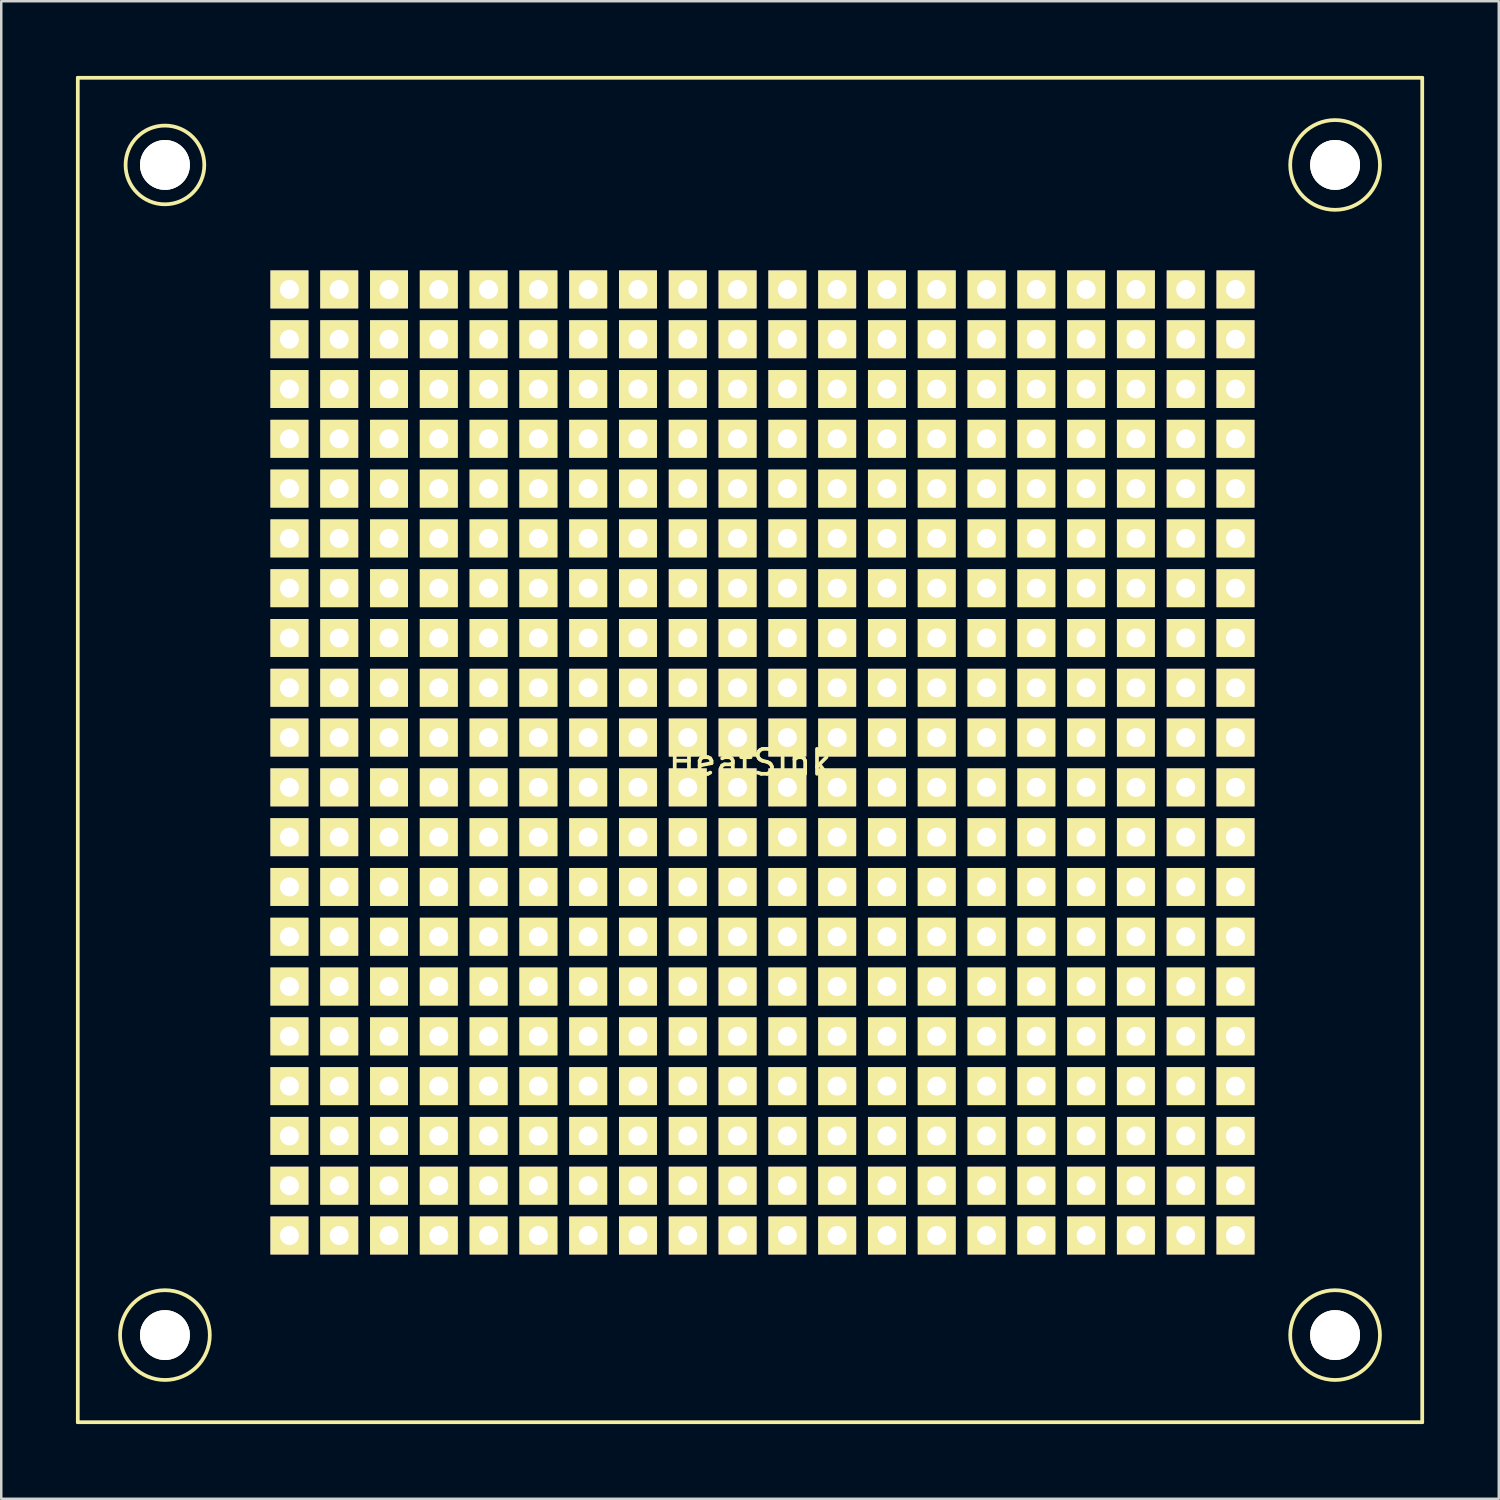
<source format=kicad_pcb>
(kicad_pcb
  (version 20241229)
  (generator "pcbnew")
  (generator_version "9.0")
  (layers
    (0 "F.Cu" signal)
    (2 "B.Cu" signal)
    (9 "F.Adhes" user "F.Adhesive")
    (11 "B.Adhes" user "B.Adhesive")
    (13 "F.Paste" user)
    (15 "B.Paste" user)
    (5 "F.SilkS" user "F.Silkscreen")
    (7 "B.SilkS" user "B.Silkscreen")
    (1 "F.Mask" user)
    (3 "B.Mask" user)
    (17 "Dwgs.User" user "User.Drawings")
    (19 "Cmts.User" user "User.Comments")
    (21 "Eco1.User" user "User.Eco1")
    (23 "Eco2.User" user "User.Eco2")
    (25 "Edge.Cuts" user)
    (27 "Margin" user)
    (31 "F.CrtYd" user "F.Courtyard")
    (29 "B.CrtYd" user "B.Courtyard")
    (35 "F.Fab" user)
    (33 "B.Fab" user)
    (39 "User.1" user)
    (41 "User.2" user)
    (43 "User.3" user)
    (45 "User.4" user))
  (footprint "HeatSink"
    (layer "F.Cu")
    (at 27.075 27.075)
    (property "Reference" "HeatSink" (at 0 0.5 0) (layer "F.SilkS") (effects (font (size 1 1) (thickness 0.15))))
    (attr through_hole)
    (fp_line (start -27 -27) (end 27 -27) (stroke (width 0.15) (type solid)) (layer "F.SilkS"))
    (fp_line (start -27 27) (end -27 -27) (stroke (width 0.15) (type solid)) (layer "F.SilkS"))
    (fp_line (start 27 -27) (end 27 27) (stroke (width 0.15) (type solid)) (layer "F.SilkS"))
    (fp_line (start 27 27) (end -27 27) (stroke (width 0.15) (type solid)) (layer "F.SilkS"))
    (fp_circle (center -23.5 -23.5) (end -22 -23) (stroke (width 0.15) (type solid)) (fill no) (layer "F.SilkS"))
    (fp_circle (center -23.5 23.5) (end -22 24.5) (stroke (width 0.15) (type solid)) (fill no) (layer "F.SilkS"))
    (fp_circle (center 23.5 -23.5) (end 24.5 -22) (stroke (width 0.15) (type solid)) (fill no) (layer "F.SilkS"))
    (fp_circle (center 23.5 23.5) (end 25 24.5) (stroke (width 0.15) (type solid)) (fill no) (layer "F.SilkS"))
    (pad "1" thru_hole rect (at -18.5 -18.5) (size 1.524 1.524) (drill 0.762) (layers "*.Cu" "*.Mask" "F.SilkS"))
    (pad "1" thru_hole rect (at -18.5 -16.5) (size 1.524 1.524) (drill 0.762) (layers "*.Cu" "*.Mask" "F.SilkS"))
    (pad "1" thru_hole rect (at -18.5 -14.5) (size 1.524 1.524) (drill 0.762) (layers "*.Cu" "*.Mask" "F.SilkS"))
    (pad "1" thru_hole rect (at -18.5 -12.5) (size 1.524 1.524) (drill 0.762) (layers "*.Cu" "*.Mask" "F.SilkS"))
    (pad "1" thru_hole rect (at -18.5 -10.5) (size 1.524 1.524) (drill 0.762) (layers "*.Cu" "*.Mask" "F.SilkS"))
    (pad "1" thru_hole rect (at -18.5 -8.5) (size 1.524 1.524) (drill 0.762) (layers "*.Cu" "*.Mask" "F.SilkS"))
    (pad "1" thru_hole rect (at -18.5 -6.5) (size 1.524 1.524) (drill 0.762) (layers "*.Cu" "*.Mask" "F.SilkS"))
    (pad "1" thru_hole rect (at -18.5 -4.5) (size 1.524 1.524) (drill 0.762) (layers "*.Cu" "*.Mask" "F.SilkS"))
    (pad "1" thru_hole rect (at -18.5 -2.5) (size 1.524 1.524) (drill 0.762) (layers "*.Cu" "*.Mask" "F.SilkS"))
    (pad "1" thru_hole rect (at -18.5 -0.5) (size 1.524 1.524) (drill 0.762) (layers "*.Cu" "*.Mask" "F.SilkS"))
    (pad "1" thru_hole rect (at -18.5 1.5) (size 1.524 1.524) (drill 0.762) (layers "*.Cu" "*.Mask" "F.SilkS"))
    (pad "1" thru_hole rect (at -18.5 3.5) (size 1.524 1.524) (drill 0.762) (layers "*.Cu" "*.Mask" "F.SilkS"))
    (pad "1" thru_hole rect (at -18.5 5.5) (size 1.524 1.524) (drill 0.762) (layers "*.Cu" "*.Mask" "F.SilkS"))
    (pad "1" thru_hole rect (at -18.5 7.5) (size 1.524 1.524) (drill 0.762) (layers "*.Cu" "*.Mask" "F.SilkS"))
    (pad "1" thru_hole rect (at -18.5 9.5) (size 1.524 1.524) (drill 0.762) (layers "*.Cu" "*.Mask" "F.SilkS"))
    (pad "1" thru_hole rect (at -18.5 11.5) (size 1.524 1.524) (drill 0.762) (layers "*.Cu" "*.Mask" "F.SilkS"))
    (pad "1" thru_hole rect (at -18.5 13.5) (size 1.524 1.524) (drill 0.762) (layers "*.Cu" "*.Mask" "F.SilkS"))
    (pad "1" thru_hole rect (at -18.5 15.5) (size 1.524 1.524) (drill 0.762) (layers "*.Cu" "*.Mask" "F.SilkS"))
    (pad "1" thru_hole rect (at -18.5 17.5) (size 1.524 1.524) (drill 0.762) (layers "*.Cu" "*.Mask" "F.SilkS"))
    (pad "1" thru_hole rect (at -18.5 19.5) (size 1.524 1.524) (drill 0.762) (layers "*.Cu" "*.Mask" "F.SilkS"))
    (pad "1" thru_hole rect (at -16.5 -18.5) (size 1.524 1.524) (drill 0.762) (layers "*.Cu" "*.Mask" "F.SilkS"))
    (pad "1" thru_hole rect (at -16.5 -16.5) (size 1.524 1.524) (drill 0.762) (layers "*.Cu" "*.Mask" "F.SilkS"))
    (pad "1" thru_hole rect (at -16.5 -14.5) (size 1.524 1.524) (drill 0.762) (layers "*.Cu" "*.Mask" "F.SilkS"))
    (pad "1" thru_hole rect (at -16.5 -12.5) (size 1.524 1.524) (drill 0.762) (layers "*.Cu" "*.Mask" "F.SilkS"))
    (pad "1" thru_hole rect (at -16.5 -10.5) (size 1.524 1.524) (drill 0.762) (layers "*.Cu" "*.Mask" "F.SilkS"))
    (pad "1" thru_hole rect (at -16.5 -8.5) (size 1.524 1.524) (drill 0.762) (layers "*.Cu" "*.Mask" "F.SilkS"))
    (pad "1" thru_hole rect (at -16.5 -6.5) (size 1.524 1.524) (drill 0.762) (layers "*.Cu" "*.Mask" "F.SilkS"))
    (pad "1" thru_hole rect (at -16.5 -4.5) (size 1.524 1.524) (drill 0.762) (layers "*.Cu" "*.Mask" "F.SilkS"))
    (pad "1" thru_hole rect (at -16.5 -2.5) (size 1.524 1.524) (drill 0.762) (layers "*.Cu" "*.Mask" "F.SilkS"))
    (pad "1" thru_hole rect (at -16.5 -0.5) (size 1.524 1.524) (drill 0.762) (layers "*.Cu" "*.Mask" "F.SilkS"))
    (pad "1" thru_hole rect (at -16.5 1.5) (size 1.524 1.524) (drill 0.762) (layers "*.Cu" "*.Mask" "F.SilkS"))
    (pad "1" thru_hole rect (at -16.5 3.5) (size 1.524 1.524) (drill 0.762) (layers "*.Cu" "*.Mask" "F.SilkS"))
    (pad "1" thru_hole rect (at -16.5 5.5) (size 1.524 1.524) (drill 0.762) (layers "*.Cu" "*.Mask" "F.SilkS"))
    (pad "1" thru_hole rect (at -16.5 7.5) (size 1.524 1.524) (drill 0.762) (layers "*.Cu" "*.Mask" "F.SilkS"))
    (pad "1" thru_hole rect (at -16.5 9.5) (size 1.524 1.524) (drill 0.762) (layers "*.Cu" "*.Mask" "F.SilkS"))
    (pad "1" thru_hole rect (at -16.5 11.5) (size 1.524 1.524) (drill 0.762) (layers "*.Cu" "*.Mask" "F.SilkS"))
    (pad "1" thru_hole rect (at -16.5 13.5) (size 1.524 1.524) (drill 0.762) (layers "*.Cu" "*.Mask" "F.SilkS"))
    (pad "1" thru_hole rect (at -16.5 15.5) (size 1.524 1.524) (drill 0.762) (layers "*.Cu" "*.Mask" "F.SilkS"))
    (pad "1" thru_hole rect (at -16.5 17.5) (size 1.524 1.524) (drill 0.762) (layers "*.Cu" "*.Mask" "F.SilkS"))
    (pad "1" thru_hole rect (at -16.5 19.5) (size 1.524 1.524) (drill 0.762) (layers "*.Cu" "*.Mask" "F.SilkS"))
    (pad "1" thru_hole rect (at -14.5 -18.5) (size 1.524 1.524) (drill 0.762) (layers "*.Cu" "*.Mask" "F.SilkS"))
    (pad "1" thru_hole rect (at -14.5 -16.5) (size 1.524 1.524) (drill 0.762) (layers "*.Cu" "*.Mask" "F.SilkS"))
    (pad "1" thru_hole rect (at -14.5 -14.5) (size 1.524 1.524) (drill 0.762) (layers "*.Cu" "*.Mask" "F.SilkS"))
    (pad "1" thru_hole rect (at -14.5 -12.5) (size 1.524 1.524) (drill 0.762) (layers "*.Cu" "*.Mask" "F.SilkS"))
    (pad "1" thru_hole rect (at -14.5 -10.5) (size 1.524 1.524) (drill 0.762) (layers "*.Cu" "*.Mask" "F.SilkS"))
    (pad "1" thru_hole rect (at -14.5 -8.5) (size 1.524 1.524) (drill 0.762) (layers "*.Cu" "*.Mask" "F.SilkS"))
    (pad "1" thru_hole rect (at -14.5 -6.5) (size 1.524 1.524) (drill 0.762) (layers "*.Cu" "*.Mask" "F.SilkS"))
    (pad "1" thru_hole rect (at -14.5 -4.5) (size 1.524 1.524) (drill 0.762) (layers "*.Cu" "*.Mask" "F.SilkS"))
    (pad "1" thru_hole rect (at -14.5 -2.5) (size 1.524 1.524) (drill 0.762) (layers "*.Cu" "*.Mask" "F.SilkS"))
    (pad "1" thru_hole rect (at -14.5 -0.5) (size 1.524 1.524) (drill 0.762) (layers "*.Cu" "*.Mask" "F.SilkS"))
    (pad "1" thru_hole rect (at -14.5 1.5) (size 1.524 1.524) (drill 0.762) (layers "*.Cu" "*.Mask" "F.SilkS"))
    (pad "1" thru_hole rect (at -14.5 3.5) (size 1.524 1.524) (drill 0.762) (layers "*.Cu" "*.Mask" "F.SilkS"))
    (pad "1" thru_hole rect (at -14.5 5.5) (size 1.524 1.524) (drill 0.762) (layers "*.Cu" "*.Mask" "F.SilkS"))
    (pad "1" thru_hole rect (at -14.5 7.5) (size 1.524 1.524) (drill 0.762) (layers "*.Cu" "*.Mask" "F.SilkS"))
    (pad "1" thru_hole rect (at -14.5 9.5) (size 1.524 1.524) (drill 0.762) (layers "*.Cu" "*.Mask" "F.SilkS"))
    (pad "1" thru_hole rect (at -14.5 11.5) (size 1.524 1.524) (drill 0.762) (layers "*.Cu" "*.Mask" "F.SilkS"))
    (pad "1" thru_hole rect (at -14.5 13.5) (size 1.524 1.524) (drill 0.762) (layers "*.Cu" "*.Mask" "F.SilkS"))
    (pad "1" thru_hole rect (at -14.5 15.5) (size 1.524 1.524) (drill 0.762) (layers "*.Cu" "*.Mask" "F.SilkS"))
    (pad "1" thru_hole rect (at -14.5 17.5) (size 1.524 1.524) (drill 0.762) (layers "*.Cu" "*.Mask" "F.SilkS"))
    (pad "1" thru_hole rect (at -14.5 19.5) (size 1.524 1.524) (drill 0.762) (layers "*.Cu" "*.Mask" "F.SilkS"))
    (pad "1" thru_hole rect (at -12.5 -18.5) (size 1.524 1.524) (drill 0.762) (layers "*.Cu" "*.Mask" "F.SilkS"))
    (pad "1" thru_hole rect (at -12.5 -16.5) (size 1.524 1.524) (drill 0.762) (layers "*.Cu" "*.Mask" "F.SilkS"))
    (pad "1" thru_hole rect (at -12.5 -14.5) (size 1.524 1.524) (drill 0.762) (layers "*.Cu" "*.Mask" "F.SilkS"))
    (pad "1" thru_hole rect (at -12.5 -12.5) (size 1.524 1.524) (drill 0.762) (layers "*.Cu" "*.Mask" "F.SilkS"))
    (pad "1" thru_hole rect (at -12.5 -10.5) (size 1.524 1.524) (drill 0.762) (layers "*.Cu" "*.Mask" "F.SilkS"))
    (pad "1" thru_hole rect (at -12.5 -8.5) (size 1.524 1.524) (drill 0.762) (layers "*.Cu" "*.Mask" "F.SilkS"))
    (pad "1" thru_hole rect (at -12.5 -6.5) (size 1.524 1.524) (drill 0.762) (layers "*.Cu" "*.Mask" "F.SilkS"))
    (pad "1" thru_hole rect (at -12.5 -4.5) (size 1.524 1.524) (drill 0.762) (layers "*.Cu" "*.Mask" "F.SilkS"))
    (pad "1" thru_hole rect (at -12.5 -2.5) (size 1.524 1.524) (drill 0.762) (layers "*.Cu" "*.Mask" "F.SilkS"))
    (pad "1" thru_hole rect (at -12.5 -0.5) (size 1.524 1.524) (drill 0.762) (layers "*.Cu" "*.Mask" "F.SilkS"))
    (pad "1" thru_hole rect (at -12.5 1.5) (size 1.524 1.524) (drill 0.762) (layers "*.Cu" "*.Mask" "F.SilkS"))
    (pad "1" thru_hole rect (at -12.5 3.5) (size 1.524 1.524) (drill 0.762) (layers "*.Cu" "*.Mask" "F.SilkS"))
    (pad "1" thru_hole rect (at -12.5 5.5) (size 1.524 1.524) (drill 0.762) (layers "*.Cu" "*.Mask" "F.SilkS"))
    (pad "1" thru_hole rect (at -12.5 7.5) (size 1.524 1.524) (drill 0.762) (layers "*.Cu" "*.Mask" "F.SilkS"))
    (pad "1" thru_hole rect (at -12.5 9.5) (size 1.524 1.524) (drill 0.762) (layers "*.Cu" "*.Mask" "F.SilkS"))
    (pad "1" thru_hole rect (at -12.5 11.5) (size 1.524 1.524) (drill 0.762) (layers "*.Cu" "*.Mask" "F.SilkS"))
    (pad "1" thru_hole rect (at -12.5 13.5) (size 1.524 1.524) (drill 0.762) (layers "*.Cu" "*.Mask" "F.SilkS"))
    (pad "1" thru_hole rect (at -12.5 15.5) (size 1.524 1.524) (drill 0.762) (layers "*.Cu" "*.Mask" "F.SilkS"))
    (pad "1" thru_hole rect (at -12.5 17.5) (size 1.524 1.524) (drill 0.762) (layers "*.Cu" "*.Mask" "F.SilkS"))
    (pad "1" thru_hole rect (at -12.5 19.5) (size 1.524 1.524) (drill 0.762) (layers "*.Cu" "*.Mask" "F.SilkS"))
    (pad "1" thru_hole rect (at -10.5 -18.5) (size 1.524 1.524) (drill 0.762) (layers "*.Cu" "*.Mask" "F.SilkS"))
    (pad "1" thru_hole rect (at -10.5 -16.5) (size 1.524 1.524) (drill 0.762) (layers "*.Cu" "*.Mask" "F.SilkS"))
    (pad "1" thru_hole rect (at -10.5 -14.5) (size 1.524 1.524) (drill 0.762) (layers "*.Cu" "*.Mask" "F.SilkS"))
    (pad "1" thru_hole rect (at -10.5 -12.5) (size 1.524 1.524) (drill 0.762) (layers "*.Cu" "*.Mask" "F.SilkS"))
    (pad "1" thru_hole rect (at -10.5 -10.5) (size 1.524 1.524) (drill 0.762) (layers "*.Cu" "*.Mask" "F.SilkS"))
    (pad "1" thru_hole rect (at -10.5 -8.5) (size 1.524 1.524) (drill 0.762) (layers "*.Cu" "*.Mask" "F.SilkS"))
    (pad "1" thru_hole rect (at -10.5 -6.5) (size 1.524 1.524) (drill 0.762) (layers "*.Cu" "*.Mask" "F.SilkS"))
    (pad "1" thru_hole rect (at -10.5 -4.5) (size 1.524 1.524) (drill 0.762) (layers "*.Cu" "*.Mask" "F.SilkS"))
    (pad "1" thru_hole rect (at -10.5 -2.5) (size 1.524 1.524) (drill 0.762) (layers "*.Cu" "*.Mask" "F.SilkS"))
    (pad "1" thru_hole rect (at -10.5 -0.5) (size 1.524 1.524) (drill 0.762) (layers "*.Cu" "*.Mask" "F.SilkS"))
    (pad "1" thru_hole rect (at -10.5 1.5) (size 1.524 1.524) (drill 0.762) (layers "*.Cu" "*.Mask" "F.SilkS"))
    (pad "1" thru_hole rect (at -10.5 3.5) (size 1.524 1.524) (drill 0.762) (layers "*.Cu" "*.Mask" "F.SilkS"))
    (pad "1" thru_hole rect (at -10.5 5.5) (size 1.524 1.524) (drill 0.762) (layers "*.Cu" "*.Mask" "F.SilkS"))
    (pad "1" thru_hole rect (at -10.5 7.5) (size 1.524 1.524) (drill 0.762) (layers "*.Cu" "*.Mask" "F.SilkS"))
    (pad "1" thru_hole rect (at -10.5 9.5) (size 1.524 1.524) (drill 0.762) (layers "*.Cu" "*.Mask" "F.SilkS"))
    (pad "1" thru_hole rect (at -10.5 11.5) (size 1.524 1.524) (drill 0.762) (layers "*.Cu" "*.Mask" "F.SilkS"))
    (pad "1" thru_hole rect (at -10.5 13.5) (size 1.524 1.524) (drill 0.762) (layers "*.Cu" "*.Mask" "F.SilkS"))
    (pad "1" thru_hole rect (at -10.5 15.5) (size 1.524 1.524) (drill 0.762) (layers "*.Cu" "*.Mask" "F.SilkS"))
    (pad "1" thru_hole rect (at -10.5 17.5) (size 1.524 1.524) (drill 0.762) (layers "*.Cu" "*.Mask" "F.SilkS"))
    (pad "1" thru_hole rect (at -10.5 19.5) (size 1.524 1.524) (drill 0.762) (layers "*.Cu" "*.Mask" "F.SilkS"))
    (pad "1" thru_hole rect (at -8.5 -18.5) (size 1.524 1.524) (drill 0.762) (layers "*.Cu" "*.Mask" "F.SilkS"))
    (pad "1" thru_hole rect (at -8.5 -16.5) (size 1.524 1.524) (drill 0.762) (layers "*.Cu" "*.Mask" "F.SilkS"))
    (pad "1" thru_hole rect (at -8.5 -14.5) (size 1.524 1.524) (drill 0.762) (layers "*.Cu" "*.Mask" "F.SilkS"))
    (pad "1" thru_hole rect (at -8.5 -12.5) (size 1.524 1.524) (drill 0.762) (layers "*.Cu" "*.Mask" "F.SilkS"))
    (pad "1" thru_hole rect (at -8.5 -10.5) (size 1.524 1.524) (drill 0.762) (layers "*.Cu" "*.Mask" "F.SilkS"))
    (pad "1" thru_hole rect (at -8.5 -8.5) (size 1.524 1.524) (drill 0.762) (layers "*.Cu" "*.Mask" "F.SilkS"))
    (pad "1" thru_hole rect (at -8.5 -6.5) (size 1.524 1.524) (drill 0.762) (layers "*.Cu" "*.Mask" "F.SilkS"))
    (pad "1" thru_hole rect (at -8.5 -4.5) (size 1.524 1.524) (drill 0.762) (layers "*.Cu" "*.Mask" "F.SilkS"))
    (pad "1" thru_hole rect (at -8.5 -2.5) (size 1.524 1.524) (drill 0.762) (layers "*.Cu" "*.Mask" "F.SilkS"))
    (pad "1" thru_hole rect (at -8.5 -0.5) (size 1.524 1.524) (drill 0.762) (layers "*.Cu" "*.Mask" "F.SilkS"))
    (pad "1" thru_hole rect (at -8.5 1.5) (size 1.524 1.524) (drill 0.762) (layers "*.Cu" "*.Mask" "F.SilkS"))
    (pad "1" thru_hole rect (at -8.5 3.5) (size 1.524 1.524) (drill 0.762) (layers "*.Cu" "*.Mask" "F.SilkS"))
    (pad "1" thru_hole rect (at -8.5 5.5) (size 1.524 1.524) (drill 0.762) (layers "*.Cu" "*.Mask" "F.SilkS"))
    (pad "1" thru_hole rect (at -8.5 7.5) (size 1.524 1.524) (drill 0.762) (layers "*.Cu" "*.Mask" "F.SilkS"))
    (pad "1" thru_hole rect (at -8.5 9.5) (size 1.524 1.524) (drill 0.762) (layers "*.Cu" "*.Mask" "F.SilkS"))
    (pad "1" thru_hole rect (at -8.5 11.5) (size 1.524 1.524) (drill 0.762) (layers "*.Cu" "*.Mask" "F.SilkS"))
    (pad "1" thru_hole rect (at -8.5 13.5) (size 1.524 1.524) (drill 0.762) (layers "*.Cu" "*.Mask" "F.SilkS"))
    (pad "1" thru_hole rect (at -8.5 15.5) (size 1.524 1.524) (drill 0.762) (layers "*.Cu" "*.Mask" "F.SilkS"))
    (pad "1" thru_hole rect (at -8.5 17.5) (size 1.524 1.524) (drill 0.762) (layers "*.Cu" "*.Mask" "F.SilkS"))
    (pad "1" thru_hole rect (at -8.5 19.5) (size 1.524 1.524) (drill 0.762) (layers "*.Cu" "*.Mask" "F.SilkS"))
    (pad "1" thru_hole rect (at -6.5 -18.5) (size 1.524 1.524) (drill 0.762) (layers "*.Cu" "*.Mask" "F.SilkS"))
    (pad "1" thru_hole rect (at -6.5 -16.5) (size 1.524 1.524) (drill 0.762) (layers "*.Cu" "*.Mask" "F.SilkS"))
    (pad "1" thru_hole rect (at -6.5 -14.5) (size 1.524 1.524) (drill 0.762) (layers "*.Cu" "*.Mask" "F.SilkS"))
    (pad "1" thru_hole rect (at -6.5 -12.5) (size 1.524 1.524) (drill 0.762) (layers "*.Cu" "*.Mask" "F.SilkS"))
    (pad "1" thru_hole rect (at -6.5 -10.5) (size 1.524 1.524) (drill 0.762) (layers "*.Cu" "*.Mask" "F.SilkS"))
    (pad "1" thru_hole rect (at -6.5 -8.5) (size 1.524 1.524) (drill 0.762) (layers "*.Cu" "*.Mask" "F.SilkS"))
    (pad "1" thru_hole rect (at -6.5 -6.5) (size 1.524 1.524) (drill 0.762) (layers "*.Cu" "*.Mask" "F.SilkS"))
    (pad "1" thru_hole rect (at -6.5 -4.5) (size 1.524 1.524) (drill 0.762) (layers "*.Cu" "*.Mask" "F.SilkS"))
    (pad "1" thru_hole rect (at -6.5 -2.5) (size 1.524 1.524) (drill 0.762) (layers "*.Cu" "*.Mask" "F.SilkS"))
    (pad "1" thru_hole rect (at -6.5 -0.5) (size 1.524 1.524) (drill 0.762) (layers "*.Cu" "*.Mask" "F.SilkS"))
    (pad "1" thru_hole rect (at -6.5 1.5) (size 1.524 1.524) (drill 0.762) (layers "*.Cu" "*.Mask" "F.SilkS"))
    (pad "1" thru_hole rect (at -6.5 3.5) (size 1.524 1.524) (drill 0.762) (layers "*.Cu" "*.Mask" "F.SilkS"))
    (pad "1" thru_hole rect (at -6.5 5.5) (size 1.524 1.524) (drill 0.762) (layers "*.Cu" "*.Mask" "F.SilkS"))
    (pad "1" thru_hole rect (at -6.5 7.5) (size 1.524 1.524) (drill 0.762) (layers "*.Cu" "*.Mask" "F.SilkS"))
    (pad "1" thru_hole rect (at -6.5 9.5) (size 1.524 1.524) (drill 0.762) (layers "*.Cu" "*.Mask" "F.SilkS"))
    (pad "1" thru_hole rect (at -6.5 11.5) (size 1.524 1.524) (drill 0.762) (layers "*.Cu" "*.Mask" "F.SilkS"))
    (pad "1" thru_hole rect (at -6.5 13.5) (size 1.524 1.524) (drill 0.762) (layers "*.Cu" "*.Mask" "F.SilkS"))
    (pad "1" thru_hole rect (at -6.5 15.5) (size 1.524 1.524) (drill 0.762) (layers "*.Cu" "*.Mask" "F.SilkS"))
    (pad "1" thru_hole rect (at -6.5 17.5) (size 1.524 1.524) (drill 0.762) (layers "*.Cu" "*.Mask" "F.SilkS"))
    (pad "1" thru_hole rect (at -6.5 19.5) (size 1.524 1.524) (drill 0.762) (layers "*.Cu" "*.Mask" "F.SilkS"))
    (pad "1" thru_hole rect (at -4.5 -18.5) (size 1.524 1.524) (drill 0.762) (layers "*.Cu" "*.Mask" "F.SilkS"))
    (pad "1" thru_hole rect (at -4.5 -16.5) (size 1.524 1.524) (drill 0.762) (layers "*.Cu" "*.Mask" "F.SilkS"))
    (pad "1" thru_hole rect (at -4.5 -14.5) (size 1.524 1.524) (drill 0.762) (layers "*.Cu" "*.Mask" "F.SilkS"))
    (pad "1" thru_hole rect (at -4.5 -12.5) (size 1.524 1.524) (drill 0.762) (layers "*.Cu" "*.Mask" "F.SilkS"))
    (pad "1" thru_hole rect (at -4.5 -10.5) (size 1.524 1.524) (drill 0.762) (layers "*.Cu" "*.Mask" "F.SilkS"))
    (pad "1" thru_hole rect (at -4.5 -8.5) (size 1.524 1.524) (drill 0.762) (layers "*.Cu" "*.Mask" "F.SilkS"))
    (pad "1" thru_hole rect (at -4.5 -6.5) (size 1.524 1.524) (drill 0.762) (layers "*.Cu" "*.Mask" "F.SilkS"))
    (pad "1" thru_hole rect (at -4.5 -4.5) (size 1.524 1.524) (drill 0.762) (layers "*.Cu" "*.Mask" "F.SilkS"))
    (pad "1" thru_hole rect (at -4.5 -2.5) (size 1.524 1.524) (drill 0.762) (layers "*.Cu" "*.Mask" "F.SilkS"))
    (pad "1" thru_hole rect (at -4.5 -0.5) (size 1.524 1.524) (drill 0.762) (layers "*.Cu" "*.Mask" "F.SilkS"))
    (pad "1" thru_hole rect (at -4.5 1.5) (size 1.524 1.524) (drill 0.762) (layers "*.Cu" "*.Mask" "F.SilkS"))
    (pad "1" thru_hole rect (at -4.5 3.5) (size 1.524 1.524) (drill 0.762) (layers "*.Cu" "*.Mask" "F.SilkS"))
    (pad "1" thru_hole rect (at -4.5 5.5) (size 1.524 1.524) (drill 0.762) (layers "*.Cu" "*.Mask" "F.SilkS"))
    (pad "1" thru_hole rect (at -4.5 7.5) (size 1.524 1.524) (drill 0.762) (layers "*.Cu" "*.Mask" "F.SilkS"))
    (pad "1" thru_hole rect (at -4.5 9.5) (size 1.524 1.524) (drill 0.762) (layers "*.Cu" "*.Mask" "F.SilkS"))
    (pad "1" thru_hole rect (at -4.5 11.5) (size 1.524 1.524) (drill 0.762) (layers "*.Cu" "*.Mask" "F.SilkS"))
    (pad "1" thru_hole rect (at -4.5 13.5) (size 1.524 1.524) (drill 0.762) (layers "*.Cu" "*.Mask" "F.SilkS"))
    (pad "1" thru_hole rect (at -4.5 15.5) (size 1.524 1.524) (drill 0.762) (layers "*.Cu" "*.Mask" "F.SilkS"))
    (pad "1" thru_hole rect (at -4.5 17.5) (size 1.524 1.524) (drill 0.762) (layers "*.Cu" "*.Mask" "F.SilkS"))
    (pad "1" thru_hole rect (at -4.5 19.5) (size 1.524 1.524) (drill 0.762) (layers "*.Cu" "*.Mask" "F.SilkS"))
    (pad "1" thru_hole rect (at -2.5 -18.5) (size 1.524 1.524) (drill 0.762) (layers "*.Cu" "*.Mask" "F.SilkS"))
    (pad "1" thru_hole rect (at -2.5 -16.5) (size 1.524 1.524) (drill 0.762) (layers "*.Cu" "*.Mask" "F.SilkS"))
    (pad "1" thru_hole rect (at -2.5 -14.5) (size 1.524 1.524) (drill 0.762) (layers "*.Cu" "*.Mask" "F.SilkS"))
    (pad "1" thru_hole rect (at -2.5 -12.5) (size 1.524 1.524) (drill 0.762) (layers "*.Cu" "*.Mask" "F.SilkS"))
    (pad "1" thru_hole rect (at -2.5 -10.5) (size 1.524 1.524) (drill 0.762) (layers "*.Cu" "*.Mask" "F.SilkS"))
    (pad "1" thru_hole rect (at -2.5 -8.5) (size 1.524 1.524) (drill 0.762) (layers "*.Cu" "*.Mask" "F.SilkS"))
    (pad "1" thru_hole rect (at -2.5 -6.5) (size 1.524 1.524) (drill 0.762) (layers "*.Cu" "*.Mask" "F.SilkS"))
    (pad "1" thru_hole rect (at -2.5 -4.5) (size 1.524 1.524) (drill 0.762) (layers "*.Cu" "*.Mask" "F.SilkS"))
    (pad "1" thru_hole rect (at -2.5 -2.5) (size 1.524 1.524) (drill 0.762) (layers "*.Cu" "*.Mask" "F.SilkS"))
    (pad "1" thru_hole rect (at -2.5 -0.5) (size 1.524 1.524) (drill 0.762) (layers "*.Cu" "*.Mask" "F.SilkS"))
    (pad "1" thru_hole rect (at -2.5 1.5) (size 1.524 1.524) (drill 0.762) (layers "*.Cu" "*.Mask" "F.SilkS"))
    (pad "1" thru_hole rect (at -2.5 3.5) (size 1.524 1.524) (drill 0.762) (layers "*.Cu" "*.Mask" "F.SilkS"))
    (pad "1" thru_hole rect (at -2.5 5.5) (size 1.524 1.524) (drill 0.762) (layers "*.Cu" "*.Mask" "F.SilkS"))
    (pad "1" thru_hole rect (at -2.5 7.5) (size 1.524 1.524) (drill 0.762) (layers "*.Cu" "*.Mask" "F.SilkS"))
    (pad "1" thru_hole rect (at -2.5 9.5) (size 1.524 1.524) (drill 0.762) (layers "*.Cu" "*.Mask" "F.SilkS"))
    (pad "1" thru_hole rect (at -2.5 11.5) (size 1.524 1.524) (drill 0.762) (layers "*.Cu" "*.Mask" "F.SilkS"))
    (pad "1" thru_hole rect (at -2.5 13.5) (size 1.524 1.524) (drill 0.762) (layers "*.Cu" "*.Mask" "F.SilkS"))
    (pad "1" thru_hole rect (at -2.5 15.5) (size 1.524 1.524) (drill 0.762) (layers "*.Cu" "*.Mask" "F.SilkS"))
    (pad "1" thru_hole rect (at -2.5 17.5) (size 1.524 1.524) (drill 0.762) (layers "*.Cu" "*.Mask" "F.SilkS"))
    (pad "1" thru_hole rect (at -2.5 19.5) (size 1.524 1.524) (drill 0.762) (layers "*.Cu" "*.Mask" "F.SilkS"))
    (pad "1" thru_hole rect (at -0.5 -18.5) (size 1.524 1.524) (drill 0.762) (layers "*.Cu" "*.Mask" "F.SilkS"))
    (pad "1" thru_hole rect (at -0.5 -16.5) (size 1.524 1.524) (drill 0.762) (layers "*.Cu" "*.Mask" "F.SilkS"))
    (pad "1" thru_hole rect (at -0.5 -14.5) (size 1.524 1.524) (drill 0.762) (layers "*.Cu" "*.Mask" "F.SilkS"))
    (pad "1" thru_hole rect (at -0.5 -12.5) (size 1.524 1.524) (drill 0.762) (layers "*.Cu" "*.Mask" "F.SilkS"))
    (pad "1" thru_hole rect (at -0.5 -10.5) (size 1.524 1.524) (drill 0.762) (layers "*.Cu" "*.Mask" "F.SilkS"))
    (pad "1" thru_hole rect (at -0.5 -8.5) (size 1.524 1.524) (drill 0.762) (layers "*.Cu" "*.Mask" "F.SilkS"))
    (pad "1" thru_hole rect (at -0.5 -6.5) (size 1.524 1.524) (drill 0.762) (layers "*.Cu" "*.Mask" "F.SilkS"))
    (pad "1" thru_hole rect (at -0.5 -4.5) (size 1.524 1.524) (drill 0.762) (layers "*.Cu" "*.Mask" "F.SilkS"))
    (pad "1" thru_hole rect (at -0.5 -2.5) (size 1.524 1.524) (drill 0.762) (layers "*.Cu" "*.Mask" "F.SilkS"))
    (pad "1" thru_hole rect (at -0.5 -0.5) (size 1.524 1.524) (drill 0.762) (layers "*.Cu" "*.Mask" "F.SilkS"))
    (pad "1" thru_hole rect (at -0.5 1.5) (size 1.524 1.524) (drill 0.762) (layers "*.Cu" "*.Mask" "F.SilkS"))
    (pad "1" thru_hole rect (at -0.5 3.5) (size 1.524 1.524) (drill 0.762) (layers "*.Cu" "*.Mask" "F.SilkS"))
    (pad "1" thru_hole rect (at -0.5 5.5) (size 1.524 1.524) (drill 0.762) (layers "*.Cu" "*.Mask" "F.SilkS"))
    (pad "1" thru_hole rect (at -0.5 7.5) (size 1.524 1.524) (drill 0.762) (layers "*.Cu" "*.Mask" "F.SilkS"))
    (pad "1" thru_hole rect (at -0.5 9.5) (size 1.524 1.524) (drill 0.762) (layers "*.Cu" "*.Mask" "F.SilkS"))
    (pad "1" thru_hole rect (at -0.5 11.5) (size 1.524 1.524) (drill 0.762) (layers "*.Cu" "*.Mask" "F.SilkS"))
    (pad "1" thru_hole rect (at -0.5 13.5) (size 1.524 1.524) (drill 0.762) (layers "*.Cu" "*.Mask" "F.SilkS"))
    (pad "1" thru_hole rect (at -0.5 15.5) (size 1.524 1.524) (drill 0.762) (layers "*.Cu" "*.Mask" "F.SilkS"))
    (pad "1" thru_hole rect (at -0.5 17.5) (size 1.524 1.524) (drill 0.762) (layers "*.Cu" "*.Mask" "F.SilkS"))
    (pad "1" thru_hole rect (at -0.5 19.5) (size 1.524 1.524) (drill 0.762) (layers "*.Cu" "*.Mask" "F.SilkS"))
    (pad "1" thru_hole rect (at 1.5 -18.5) (size 1.524 1.524) (drill 0.762) (layers "*.Cu" "*.Mask" "F.SilkS"))
    (pad "1" thru_hole rect (at 1.5 -16.5) (size 1.524 1.524) (drill 0.762) (layers "*.Cu" "*.Mask" "F.SilkS"))
    (pad "1" thru_hole rect (at 1.5 -14.5) (size 1.524 1.524) (drill 0.762) (layers "*.Cu" "*.Mask" "F.SilkS"))
    (pad "1" thru_hole rect (at 1.5 -12.5) (size 1.524 1.524) (drill 0.762) (layers "*.Cu" "*.Mask" "F.SilkS"))
    (pad "1" thru_hole rect (at 1.5 -10.5) (size 1.524 1.524) (drill 0.762) (layers "*.Cu" "*.Mask" "F.SilkS"))
    (pad "1" thru_hole rect (at 1.5 -8.5) (size 1.524 1.524) (drill 0.762) (layers "*.Cu" "*.Mask" "F.SilkS"))
    (pad "1" thru_hole rect (at 1.5 -6.5) (size 1.524 1.524) (drill 0.762) (layers "*.Cu" "*.Mask" "F.SilkS"))
    (pad "1" thru_hole rect (at 1.5 -4.5) (size 1.524 1.524) (drill 0.762) (layers "*.Cu" "*.Mask" "F.SilkS"))
    (pad "1" thru_hole rect (at 1.5 -2.5) (size 1.524 1.524) (drill 0.762) (layers "*.Cu" "*.Mask" "F.SilkS"))
    (pad "1" thru_hole rect (at 1.5 -0.5) (size 1.524 1.524) (drill 0.762) (layers "*.Cu" "*.Mask" "F.SilkS"))
    (pad "1" thru_hole rect (at 1.5 1.5) (size 1.524 1.524) (drill 0.762) (layers "*.Cu" "*.Mask" "F.SilkS"))
    (pad "1" thru_hole rect (at 1.5 3.5) (size 1.524 1.524) (drill 0.762) (layers "*.Cu" "*.Mask" "F.SilkS"))
    (pad "1" thru_hole rect (at 1.5 5.5) (size 1.524 1.524) (drill 0.762) (layers "*.Cu" "*.Mask" "F.SilkS"))
    (pad "1" thru_hole rect (at 1.5 7.5) (size 1.524 1.524) (drill 0.762) (layers "*.Cu" "*.Mask" "F.SilkS"))
    (pad "1" thru_hole rect (at 1.5 9.5) (size 1.524 1.524) (drill 0.762) (layers "*.Cu" "*.Mask" "F.SilkS"))
    (pad "1" thru_hole rect (at 1.5 11.5) (size 1.524 1.524) (drill 0.762) (layers "*.Cu" "*.Mask" "F.SilkS"))
    (pad "1" thru_hole rect (at 1.5 13.5) (size 1.524 1.524) (drill 0.762) (layers "*.Cu" "*.Mask" "F.SilkS"))
    (pad "1" thru_hole rect (at 1.5 15.5) (size 1.524 1.524) (drill 0.762) (layers "*.Cu" "*.Mask" "F.SilkS"))
    (pad "1" thru_hole rect (at 1.5 17.5) (size 1.524 1.524) (drill 0.762) (layers "*.Cu" "*.Mask" "F.SilkS"))
    (pad "1" thru_hole rect (at 1.5 19.5) (size 1.524 1.524) (drill 0.762) (layers "*.Cu" "*.Mask" "F.SilkS"))
    (pad "1" thru_hole rect (at 3.5 -18.5) (size 1.524 1.524) (drill 0.762) (layers "*.Cu" "*.Mask" "F.SilkS"))
    (pad "1" thru_hole rect (at 3.5 -16.5) (size 1.524 1.524) (drill 0.762) (layers "*.Cu" "*.Mask" "F.SilkS"))
    (pad "1" thru_hole rect (at 3.5 -14.5) (size 1.524 1.524) (drill 0.762) (layers "*.Cu" "*.Mask" "F.SilkS"))
    (pad "1" thru_hole rect (at 3.5 -12.5) (size 1.524 1.524) (drill 0.762) (layers "*.Cu" "*.Mask" "F.SilkS"))
    (pad "1" thru_hole rect (at 3.5 -10.5) (size 1.524 1.524) (drill 0.762) (layers "*.Cu" "*.Mask" "F.SilkS"))
    (pad "1" thru_hole rect (at 3.5 -8.5) (size 1.524 1.524) (drill 0.762) (layers "*.Cu" "*.Mask" "F.SilkS"))
    (pad "1" thru_hole rect (at 3.5 -6.5) (size 1.524 1.524) (drill 0.762) (layers "*.Cu" "*.Mask" "F.SilkS"))
    (pad "1" thru_hole rect (at 3.5 -4.5) (size 1.524 1.524) (drill 0.762) (layers "*.Cu" "*.Mask" "F.SilkS"))
    (pad "1" thru_hole rect (at 3.5 -2.5) (size 1.524 1.524) (drill 0.762) (layers "*.Cu" "*.Mask" "F.SilkS"))
    (pad "1" thru_hole rect (at 3.5 -0.5) (size 1.524 1.524) (drill 0.762) (layers "*.Cu" "*.Mask" "F.SilkS"))
    (pad "1" thru_hole rect (at 3.5 1.5) (size 1.524 1.524) (drill 0.762) (layers "*.Cu" "*.Mask" "F.SilkS"))
    (pad "1" thru_hole rect (at 3.5 3.5) (size 1.524 1.524) (drill 0.762) (layers "*.Cu" "*.Mask" "F.SilkS"))
    (pad "1" thru_hole rect (at 3.5 5.5) (size 1.524 1.524) (drill 0.762) (layers "*.Cu" "*.Mask" "F.SilkS"))
    (pad "1" thru_hole rect (at 3.5 7.5) (size 1.524 1.524) (drill 0.762) (layers "*.Cu" "*.Mask" "F.SilkS"))
    (pad "1" thru_hole rect (at 3.5 9.5) (size 1.524 1.524) (drill 0.762) (layers "*.Cu" "*.Mask" "F.SilkS"))
    (pad "1" thru_hole rect (at 3.5 11.5) (size 1.524 1.524) (drill 0.762) (layers "*.Cu" "*.Mask" "F.SilkS"))
    (pad "1" thru_hole rect (at 3.5 13.5) (size 1.524 1.524) (drill 0.762) (layers "*.Cu" "*.Mask" "F.SilkS"))
    (pad "1" thru_hole rect (at 3.5 15.5) (size 1.524 1.524) (drill 0.762) (layers "*.Cu" "*.Mask" "F.SilkS"))
    (pad "1" thru_hole rect (at 3.5 17.5) (size 1.524 1.524) (drill 0.762) (layers "*.Cu" "*.Mask" "F.SilkS"))
    (pad "1" thru_hole rect (at 3.5 19.5) (size 1.524 1.524) (drill 0.762) (layers "*.Cu" "*.Mask" "F.SilkS"))
    (pad "1" thru_hole rect (at 5.5 -18.5) (size 1.524 1.524) (drill 0.762) (layers "*.Cu" "*.Mask" "F.SilkS"))
    (pad "1" thru_hole rect (at 5.5 -16.5) (size 1.524 1.524) (drill 0.762) (layers "*.Cu" "*.Mask" "F.SilkS"))
    (pad "1" thru_hole rect (at 5.5 -14.5) (size 1.524 1.524) (drill 0.762) (layers "*.Cu" "*.Mask" "F.SilkS"))
    (pad "1" thru_hole rect (at 5.5 -12.5) (size 1.524 1.524) (drill 0.762) (layers "*.Cu" "*.Mask" "F.SilkS"))
    (pad "1" thru_hole rect (at 5.5 -10.5) (size 1.524 1.524) (drill 0.762) (layers "*.Cu" "*.Mask" "F.SilkS"))
    (pad "1" thru_hole rect (at 5.5 -8.5) (size 1.524 1.524) (drill 0.762) (layers "*.Cu" "*.Mask" "F.SilkS"))
    (pad "1" thru_hole rect (at 5.5 -6.5) (size 1.524 1.524) (drill 0.762) (layers "*.Cu" "*.Mask" "F.SilkS"))
    (pad "1" thru_hole rect (at 5.5 -4.5) (size 1.524 1.524) (drill 0.762) (layers "*.Cu" "*.Mask" "F.SilkS"))
    (pad "1" thru_hole rect (at 5.5 -2.5) (size 1.524 1.524) (drill 0.762) (layers "*.Cu" "*.Mask" "F.SilkS"))
    (pad "1" thru_hole rect (at 5.5 -0.5) (size 1.524 1.524) (drill 0.762) (layers "*.Cu" "*.Mask" "F.SilkS"))
    (pad "1" thru_hole rect (at 5.5 1.5) (size 1.524 1.524) (drill 0.762) (layers "*.Cu" "*.Mask" "F.SilkS"))
    (pad "1" thru_hole rect (at 5.5 3.5) (size 1.524 1.524) (drill 0.762) (layers "*.Cu" "*.Mask" "F.SilkS"))
    (pad "1" thru_hole rect (at 5.5 5.5) (size 1.524 1.524) (drill 0.762) (layers "*.Cu" "*.Mask" "F.SilkS"))
    (pad "1" thru_hole rect (at 5.5 7.5) (size 1.524 1.524) (drill 0.762) (layers "*.Cu" "*.Mask" "F.SilkS"))
    (pad "1" thru_hole rect (at 5.5 9.5) (size 1.524 1.524) (drill 0.762) (layers "*.Cu" "*.Mask" "F.SilkS"))
    (pad "1" thru_hole rect (at 5.5 11.5) (size 1.524 1.524) (drill 0.762) (layers "*.Cu" "*.Mask" "F.SilkS"))
    (pad "1" thru_hole rect (at 5.5 13.5) (size 1.524 1.524) (drill 0.762) (layers "*.Cu" "*.Mask" "F.SilkS"))
    (pad "1" thru_hole rect (at 5.5 15.5) (size 1.524 1.524) (drill 0.762) (layers "*.Cu" "*.Mask" "F.SilkS"))
    (pad "1" thru_hole rect (at 5.5 17.5) (size 1.524 1.524) (drill 0.762) (layers "*.Cu" "*.Mask" "F.SilkS"))
    (pad "1" thru_hole rect (at 5.5 19.5) (size 1.524 1.524) (drill 0.762) (layers "*.Cu" "*.Mask" "F.SilkS"))
    (pad "1" thru_hole rect (at 7.5 -18.5) (size 1.524 1.524) (drill 0.762) (layers "*.Cu" "*.Mask" "F.SilkS"))
    (pad "1" thru_hole rect (at 7.5 -16.5) (size 1.524 1.524) (drill 0.762) (layers "*.Cu" "*.Mask" "F.SilkS"))
    (pad "1" thru_hole rect (at 7.5 -14.5) (size 1.524 1.524) (drill 0.762) (layers "*.Cu" "*.Mask" "F.SilkS"))
    (pad "1" thru_hole rect (at 7.5 -12.5) (size 1.524 1.524) (drill 0.762) (layers "*.Cu" "*.Mask" "F.SilkS"))
    (pad "1" thru_hole rect (at 7.5 -10.5) (size 1.524 1.524) (drill 0.762) (layers "*.Cu" "*.Mask" "F.SilkS"))
    (pad "1" thru_hole rect (at 7.5 -8.5) (size 1.524 1.524) (drill 0.762) (layers "*.Cu" "*.Mask" "F.SilkS"))
    (pad "1" thru_hole rect (at 7.5 -6.5) (size 1.524 1.524) (drill 0.762) (layers "*.Cu" "*.Mask" "F.SilkS"))
    (pad "1" thru_hole rect (at 7.5 -4.5) (size 1.524 1.524) (drill 0.762) (layers "*.Cu" "*.Mask" "F.SilkS"))
    (pad "1" thru_hole rect (at 7.5 -2.5) (size 1.524 1.524) (drill 0.762) (layers "*.Cu" "*.Mask" "F.SilkS"))
    (pad "1" thru_hole rect (at 7.5 -0.5) (size 1.524 1.524) (drill 0.762) (layers "*.Cu" "*.Mask" "F.SilkS"))
    (pad "1" thru_hole rect (at 7.5 1.5) (size 1.524 1.524) (drill 0.762) (layers "*.Cu" "*.Mask" "F.SilkS"))
    (pad "1" thru_hole rect (at 7.5 3.5) (size 1.524 1.524) (drill 0.762) (layers "*.Cu" "*.Mask" "F.SilkS"))
    (pad "1" thru_hole rect (at 7.5 5.5) (size 1.524 1.524) (drill 0.762) (layers "*.Cu" "*.Mask" "F.SilkS"))
    (pad "1" thru_hole rect (at 7.5 7.5) (size 1.524 1.524) (drill 0.762) (layers "*.Cu" "*.Mask" "F.SilkS"))
    (pad "1" thru_hole rect (at 7.5 9.5) (size 1.524 1.524) (drill 0.762) (layers "*.Cu" "*.Mask" "F.SilkS"))
    (pad "1" thru_hole rect (at 7.5 11.5) (size 1.524 1.524) (drill 0.762) (layers "*.Cu" "*.Mask" "F.SilkS"))
    (pad "1" thru_hole rect (at 7.5 13.5) (size 1.524 1.524) (drill 0.762) (layers "*.Cu" "*.Mask" "F.SilkS"))
    (pad "1" thru_hole rect (at 7.5 15.5) (size 1.524 1.524) (drill 0.762) (layers "*.Cu" "*.Mask" "F.SilkS"))
    (pad "1" thru_hole rect (at 7.5 17.5) (size 1.524 1.524) (drill 0.762) (layers "*.Cu" "*.Mask" "F.SilkS"))
    (pad "1" thru_hole rect (at 7.5 19.5) (size 1.524 1.524) (drill 0.762) (layers "*.Cu" "*.Mask" "F.SilkS"))
    (pad "1" thru_hole rect (at 9.5 -18.5) (size 1.524 1.524) (drill 0.762) (layers "*.Cu" "*.Mask" "F.SilkS"))
    (pad "1" thru_hole rect (at 9.5 -16.5) (size 1.524 1.524) (drill 0.762) (layers "*.Cu" "*.Mask" "F.SilkS"))
    (pad "1" thru_hole rect (at 9.5 -14.5) (size 1.524 1.524) (drill 0.762) (layers "*.Cu" "*.Mask" "F.SilkS"))
    (pad "1" thru_hole rect (at 9.5 -12.5) (size 1.524 1.524) (drill 0.762) (layers "*.Cu" "*.Mask" "F.SilkS"))
    (pad "1" thru_hole rect (at 9.5 -10.5) (size 1.524 1.524) (drill 0.762) (layers "*.Cu" "*.Mask" "F.SilkS"))
    (pad "1" thru_hole rect (at 9.5 -8.5) (size 1.524 1.524) (drill 0.762) (layers "*.Cu" "*.Mask" "F.SilkS"))
    (pad "1" thru_hole rect (at 9.5 -6.5) (size 1.524 1.524) (drill 0.762) (layers "*.Cu" "*.Mask" "F.SilkS"))
    (pad "1" thru_hole rect (at 9.5 -4.5) (size 1.524 1.524) (drill 0.762) (layers "*.Cu" "*.Mask" "F.SilkS"))
    (pad "1" thru_hole rect (at 9.5 -2.5) (size 1.524 1.524) (drill 0.762) (layers "*.Cu" "*.Mask" "F.SilkS"))
    (pad "1" thru_hole rect (at 9.5 -0.5) (size 1.524 1.524) (drill 0.762) (layers "*.Cu" "*.Mask" "F.SilkS"))
    (pad "1" thru_hole rect (at 9.5 1.5) (size 1.524 1.524) (drill 0.762) (layers "*.Cu" "*.Mask" "F.SilkS"))
    (pad "1" thru_hole rect (at 9.5 3.5) (size 1.524 1.524) (drill 0.762) (layers "*.Cu" "*.Mask" "F.SilkS"))
    (pad "1" thru_hole rect (at 9.5 5.5) (size 1.524 1.524) (drill 0.762) (layers "*.Cu" "*.Mask" "F.SilkS"))
    (pad "1" thru_hole rect (at 9.5 7.5) (size 1.524 1.524) (drill 0.762) (layers "*.Cu" "*.Mask" "F.SilkS"))
    (pad "1" thru_hole rect (at 9.5 9.5) (size 1.524 1.524) (drill 0.762) (layers "*.Cu" "*.Mask" "F.SilkS"))
    (pad "1" thru_hole rect (at 9.5 11.5) (size 1.524 1.524) (drill 0.762) (layers "*.Cu" "*.Mask" "F.SilkS"))
    (pad "1" thru_hole rect (at 9.5 13.5) (size 1.524 1.524) (drill 0.762) (layers "*.Cu" "*.Mask" "F.SilkS"))
    (pad "1" thru_hole rect (at 9.5 15.5) (size 1.524 1.524) (drill 0.762) (layers "*.Cu" "*.Mask" "F.SilkS"))
    (pad "1" thru_hole rect (at 9.5 17.5) (size 1.524 1.524) (drill 0.762) (layers "*.Cu" "*.Mask" "F.SilkS"))
    (pad "1" thru_hole rect (at 9.5 19.5) (size 1.524 1.524) (drill 0.762) (layers "*.Cu" "*.Mask" "F.SilkS"))
    (pad "1" thru_hole rect (at 11.5 -18.5) (size 1.524 1.524) (drill 0.762) (layers "*.Cu" "*.Mask" "F.SilkS"))
    (pad "1" thru_hole rect (at 11.5 -16.5) (size 1.524 1.524) (drill 0.762) (layers "*.Cu" "*.Mask" "F.SilkS"))
    (pad "1" thru_hole rect (at 11.5 -14.5) (size 1.524 1.524) (drill 0.762) (layers "*.Cu" "*.Mask" "F.SilkS"))
    (pad "1" thru_hole rect (at 11.5 -12.5) (size 1.524 1.524) (drill 0.762) (layers "*.Cu" "*.Mask" "F.SilkS"))
    (pad "1" thru_hole rect (at 11.5 -10.5) (size 1.524 1.524) (drill 0.762) (layers "*.Cu" "*.Mask" "F.SilkS"))
    (pad "1" thru_hole rect (at 11.5 -8.5) (size 1.524 1.524) (drill 0.762) (layers "*.Cu" "*.Mask" "F.SilkS"))
    (pad "1" thru_hole rect (at 11.5 -6.5) (size 1.524 1.524) (drill 0.762) (layers "*.Cu" "*.Mask" "F.SilkS"))
    (pad "1" thru_hole rect (at 11.5 -4.5) (size 1.524 1.524) (drill 0.762) (layers "*.Cu" "*.Mask" "F.SilkS"))
    (pad "1" thru_hole rect (at 11.5 -2.5) (size 1.524 1.524) (drill 0.762) (layers "*.Cu" "*.Mask" "F.SilkS"))
    (pad "1" thru_hole rect (at 11.5 -0.5) (size 1.524 1.524) (drill 0.762) (layers "*.Cu" "*.Mask" "F.SilkS"))
    (pad "1" thru_hole rect (at 11.5 1.5) (size 1.524 1.524) (drill 0.762) (layers "*.Cu" "*.Mask" "F.SilkS"))
    (pad "1" thru_hole rect (at 11.5 3.5) (size 1.524 1.524) (drill 0.762) (layers "*.Cu" "*.Mask" "F.SilkS"))
    (pad "1" thru_hole rect (at 11.5 5.5) (size 1.524 1.524) (drill 0.762) (layers "*.Cu" "*.Mask" "F.SilkS"))
    (pad "1" thru_hole rect (at 11.5 7.5) (size 1.524 1.524) (drill 0.762) (layers "*.Cu" "*.Mask" "F.SilkS"))
    (pad "1" thru_hole rect (at 11.5 9.5) (size 1.524 1.524) (drill 0.762) (layers "*.Cu" "*.Mask" "F.SilkS"))
    (pad "1" thru_hole rect (at 11.5 11.5) (size 1.524 1.524) (drill 0.762) (layers "*.Cu" "*.Mask" "F.SilkS"))
    (pad "1" thru_hole rect (at 11.5 13.5) (size 1.524 1.524) (drill 0.762) (layers "*.Cu" "*.Mask" "F.SilkS"))
    (pad "1" thru_hole rect (at 11.5 15.5) (size 1.524 1.524) (drill 0.762) (layers "*.Cu" "*.Mask" "F.SilkS"))
    (pad "1" thru_hole rect (at 11.5 17.5) (size 1.524 1.524) (drill 0.762) (layers "*.Cu" "*.Mask" "F.SilkS"))
    (pad "1" thru_hole rect (at 11.5 19.5) (size 1.524 1.524) (drill 0.762) (layers "*.Cu" "*.Mask" "F.SilkS"))
    (pad "1" thru_hole rect (at 13.5 -18.5) (size 1.524 1.524) (drill 0.762) (layers "*.Cu" "*.Mask" "F.SilkS"))
    (pad "1" thru_hole rect (at 13.5 -16.5) (size 1.524 1.524) (drill 0.762) (layers "*.Cu" "*.Mask" "F.SilkS"))
    (pad "1" thru_hole rect (at 13.5 -14.5) (size 1.524 1.524) (drill 0.762) (layers "*.Cu" "*.Mask" "F.SilkS"))
    (pad "1" thru_hole rect (at 13.5 -12.5) (size 1.524 1.524) (drill 0.762) (layers "*.Cu" "*.Mask" "F.SilkS"))
    (pad "1" thru_hole rect (at 13.5 -10.5) (size 1.524 1.524) (drill 0.762) (layers "*.Cu" "*.Mask" "F.SilkS"))
    (pad "1" thru_hole rect (at 13.5 -8.5) (size 1.524 1.524) (drill 0.762) (layers "*.Cu" "*.Mask" "F.SilkS"))
    (pad "1" thru_hole rect (at 13.5 -6.5) (size 1.524 1.524) (drill 0.762) (layers "*.Cu" "*.Mask" "F.SilkS"))
    (pad "1" thru_hole rect (at 13.5 -4.5) (size 1.524 1.524) (drill 0.762) (layers "*.Cu" "*.Mask" "F.SilkS"))
    (pad "1" thru_hole rect (at 13.5 -2.5) (size 1.524 1.524) (drill 0.762) (layers "*.Cu" "*.Mask" "F.SilkS"))
    (pad "1" thru_hole rect (at 13.5 -0.5) (size 1.524 1.524) (drill 0.762) (layers "*.Cu" "*.Mask" "F.SilkS"))
    (pad "1" thru_hole rect (at 13.5 1.5) (size 1.524 1.524) (drill 0.762) (layers "*.Cu" "*.Mask" "F.SilkS"))
    (pad "1" thru_hole rect (at 13.5 3.5) (size 1.524 1.524) (drill 0.762) (layers "*.Cu" "*.Mask" "F.SilkS"))
    (pad "1" thru_hole rect (at 13.5 5.5) (size 1.524 1.524) (drill 0.762) (layers "*.Cu" "*.Mask" "F.SilkS"))
    (pad "1" thru_hole rect (at 13.5 7.5) (size 1.524 1.524) (drill 0.762) (layers "*.Cu" "*.Mask" "F.SilkS"))
    (pad "1" thru_hole rect (at 13.5 9.5) (size 1.524 1.524) (drill 0.762) (layers "*.Cu" "*.Mask" "F.SilkS"))
    (pad "1" thru_hole rect (at 13.5 11.5) (size 1.524 1.524) (drill 0.762) (layers "*.Cu" "*.Mask" "F.SilkS"))
    (pad "1" thru_hole rect (at 13.5 13.5) (size 1.524 1.524) (drill 0.762) (layers "*.Cu" "*.Mask" "F.SilkS"))
    (pad "1" thru_hole rect (at 13.5 15.5) (size 1.524 1.524) (drill 0.762) (layers "*.Cu" "*.Mask" "F.SilkS"))
    (pad "1" thru_hole rect (at 13.5 17.5) (size 1.524 1.524) (drill 0.762) (layers "*.Cu" "*.Mask" "F.SilkS"))
    (pad "1" thru_hole rect (at 13.5 19.5) (size 1.524 1.524) (drill 0.762) (layers "*.Cu" "*.Mask" "F.SilkS"))
    (pad "1" thru_hole rect (at 15.5 -18.5) (size 1.524 1.524) (drill 0.762) (layers "*.Cu" "*.Mask" "F.SilkS"))
    (pad "1" thru_hole rect (at 15.5 -16.5) (size 1.524 1.524) (drill 0.762) (layers "*.Cu" "*.Mask" "F.SilkS"))
    (pad "1" thru_hole rect (at 15.5 -14.5) (size 1.524 1.524) (drill 0.762) (layers "*.Cu" "*.Mask" "F.SilkS"))
    (pad "1" thru_hole rect (at 15.5 -12.5) (size 1.524 1.524) (drill 0.762) (layers "*.Cu" "*.Mask" "F.SilkS"))
    (pad "1" thru_hole rect (at 15.5 -10.5) (size 1.524 1.524) (drill 0.762) (layers "*.Cu" "*.Mask" "F.SilkS"))
    (pad "1" thru_hole rect (at 15.5 -8.5) (size 1.524 1.524) (drill 0.762) (layers "*.Cu" "*.Mask" "F.SilkS"))
    (pad "1" thru_hole rect (at 15.5 -6.5) (size 1.524 1.524) (drill 0.762) (layers "*.Cu" "*.Mask" "F.SilkS"))
    (pad "1" thru_hole rect (at 15.5 -4.5) (size 1.524 1.524) (drill 0.762) (layers "*.Cu" "*.Mask" "F.SilkS"))
    (pad "1" thru_hole rect (at 15.5 -2.5) (size 1.524 1.524) (drill 0.762) (layers "*.Cu" "*.Mask" "F.SilkS"))
    (pad "1" thru_hole rect (at 15.5 -0.5) (size 1.524 1.524) (drill 0.762) (layers "*.Cu" "*.Mask" "F.SilkS"))
    (pad "1" thru_hole rect (at 15.5 1.5) (size 1.524 1.524) (drill 0.762) (layers "*.Cu" "*.Mask" "F.SilkS"))
    (pad "1" thru_hole rect (at 15.5 3.5) (size 1.524 1.524) (drill 0.762) (layers "*.Cu" "*.Mask" "F.SilkS"))
    (pad "1" thru_hole rect (at 15.5 5.5) (size 1.524 1.524) (drill 0.762) (layers "*.Cu" "*.Mask" "F.SilkS"))
    (pad "1" thru_hole rect (at 15.5 7.5) (size 1.524 1.524) (drill 0.762) (layers "*.Cu" "*.Mask" "F.SilkS"))
    (pad "1" thru_hole rect (at 15.5 9.5) (size 1.524 1.524) (drill 0.762) (layers "*.Cu" "*.Mask" "F.SilkS"))
    (pad "1" thru_hole rect (at 15.5 11.5) (size 1.524 1.524) (drill 0.762) (layers "*.Cu" "*.Mask" "F.SilkS"))
    (pad "1" thru_hole rect (at 15.5 13.5) (size 1.524 1.524) (drill 0.762) (layers "*.Cu" "*.Mask" "F.SilkS"))
    (pad "1" thru_hole rect (at 15.5 15.5) (size 1.524 1.524) (drill 0.762) (layers "*.Cu" "*.Mask" "F.SilkS"))
    (pad "1" thru_hole rect (at 15.5 17.5) (size 1.524 1.524) (drill 0.762) (layers "*.Cu" "*.Mask" "F.SilkS"))
    (pad "1" thru_hole rect (at 15.5 19.5) (size 1.524 1.524) (drill 0.762) (layers "*.Cu" "*.Mask" "F.SilkS"))
    (pad "1" thru_hole rect (at 17.5 -18.5) (size 1.524 1.524) (drill 0.762) (layers "*.Cu" "*.Mask" "F.SilkS"))
    (pad "1" thru_hole rect (at 17.5 -16.5) (size 1.524 1.524) (drill 0.762) (layers "*.Cu" "*.Mask" "F.SilkS"))
    (pad "1" thru_hole rect (at 17.5 -14.5) (size 1.524 1.524) (drill 0.762) (layers "*.Cu" "*.Mask" "F.SilkS"))
    (pad "1" thru_hole rect (at 17.5 -12.5) (size 1.524 1.524) (drill 0.762) (layers "*.Cu" "*.Mask" "F.SilkS"))
    (pad "1" thru_hole rect (at 17.5 -10.5) (size 1.524 1.524) (drill 0.762) (layers "*.Cu" "*.Mask" "F.SilkS"))
    (pad "1" thru_hole rect (at 17.5 -8.5) (size 1.524 1.524) (drill 0.762) (layers "*.Cu" "*.Mask" "F.SilkS"))
    (pad "1" thru_hole rect (at 17.5 -6.5) (size 1.524 1.524) (drill 0.762) (layers "*.Cu" "*.Mask" "F.SilkS"))
    (pad "1" thru_hole rect (at 17.5 -4.5) (size 1.524 1.524) (drill 0.762) (layers "*.Cu" "*.Mask" "F.SilkS"))
    (pad "1" thru_hole rect (at 17.5 -2.5) (size 1.524 1.524) (drill 0.762) (layers "*.Cu" "*.Mask" "F.SilkS"))
    (pad "1" thru_hole rect (at 17.5 -0.5) (size 1.524 1.524) (drill 0.762) (layers "*.Cu" "*.Mask" "F.SilkS"))
    (pad "1" thru_hole rect (at 17.5 1.5) (size 1.524 1.524) (drill 0.762) (layers "*.Cu" "*.Mask" "F.SilkS"))
    (pad "1" thru_hole rect (at 17.5 3.5) (size 1.524 1.524) (drill 0.762) (layers "*.Cu" "*.Mask" "F.SilkS"))
    (pad "1" thru_hole rect (at 17.5 5.5) (size 1.524 1.524) (drill 0.762) (layers "*.Cu" "*.Mask" "F.SilkS"))
    (pad "1" thru_hole rect (at 17.5 7.5) (size 1.524 1.524) (drill 0.762) (layers "*.Cu" "*.Mask" "F.SilkS"))
    (pad "1" thru_hole rect (at 17.5 9.5) (size 1.524 1.524) (drill 0.762) (layers "*.Cu" "*.Mask" "F.SilkS"))
    (pad "1" thru_hole rect (at 17.5 11.5) (size 1.524 1.524) (drill 0.762) (layers "*.Cu" "*.Mask" "F.SilkS"))
    (pad "1" thru_hole rect (at 17.5 13.5) (size 1.524 1.524) (drill 0.762) (layers "*.Cu" "*.Mask" "F.SilkS"))
    (pad "1" thru_hole rect (at 17.5 15.5) (size 1.524 1.524) (drill 0.762) (layers "*.Cu" "*.Mask" "F.SilkS"))
    (pad "1" thru_hole rect (at 17.5 17.5) (size 1.524 1.524) (drill 0.762) (layers "*.Cu" "*.Mask" "F.SilkS"))
    (pad "1" thru_hole rect (at 17.5 19.5) (size 1.524 1.524) (drill 0.762) (layers "*.Cu" "*.Mask" "F.SilkS"))
    (pad "1" thru_hole rect (at 19.5 -18.5) (size 1.524 1.524) (drill 0.762) (layers "*.Cu" "*.Mask" "F.SilkS"))
    (pad "1" thru_hole rect (at 19.5 -16.5) (size 1.524 1.524) (drill 0.762) (layers "*.Cu" "*.Mask" "F.SilkS"))
    (pad "1" thru_hole rect (at 19.5 -14.5) (size 1.524 1.524) (drill 0.762) (layers "*.Cu" "*.Mask" "F.SilkS"))
    (pad "1" thru_hole rect (at 19.5 -12.5) (size 1.524 1.524) (drill 0.762) (layers "*.Cu" "*.Mask" "F.SilkS"))
    (pad "1" thru_hole rect (at 19.5 -10.5) (size 1.524 1.524) (drill 0.762) (layers "*.Cu" "*.Mask" "F.SilkS"))
    (pad "1" thru_hole rect (at 19.5 -8.5) (size 1.524 1.524) (drill 0.762) (layers "*.Cu" "*.Mask" "F.SilkS"))
    (pad "1" thru_hole rect (at 19.5 -6.5) (size 1.524 1.524) (drill 0.762) (layers "*.Cu" "*.Mask" "F.SilkS"))
    (pad "1" thru_hole rect (at 19.5 -4.5) (size 1.524 1.524) (drill 0.762) (layers "*.Cu" "*.Mask" "F.SilkS"))
    (pad "1" thru_hole rect (at 19.5 -2.5) (size 1.524 1.524) (drill 0.762) (layers "*.Cu" "*.Mask" "F.SilkS"))
    (pad "1" thru_hole rect (at 19.5 -0.5) (size 1.524 1.524) (drill 0.762) (layers "*.Cu" "*.Mask" "F.SilkS"))
    (pad "1" thru_hole rect (at 19.5 1.5) (size 1.524 1.524) (drill 0.762) (layers "*.Cu" "*.Mask" "F.SilkS"))
    (pad "1" thru_hole rect (at 19.5 3.5) (size 1.524 1.524) (drill 0.762) (layers "*.Cu" "*.Mask" "F.SilkS"))
    (pad "1" thru_hole rect (at 19.5 5.5) (size 1.524 1.524) (drill 0.762) (layers "*.Cu" "*.Mask" "F.SilkS"))
    (pad "1" thru_hole rect (at 19.5 7.5) (size 1.524 1.524) (drill 0.762) (layers "*.Cu" "*.Mask" "F.SilkS"))
    (pad "1" thru_hole rect (at 19.5 9.5) (size 1.524 1.524) (drill 0.762) (layers "*.Cu" "*.Mask" "F.SilkS"))
    (pad "1" thru_hole rect (at 19.5 11.5) (size 1.524 1.524) (drill 0.762) (layers "*.Cu" "*.Mask" "F.SilkS"))
    (pad "1" thru_hole rect (at 19.5 13.5) (size 1.524 1.524) (drill 0.762) (layers "*.Cu" "*.Mask" "F.SilkS"))
    (pad "1" thru_hole rect (at 19.5 15.5) (size 1.524 1.524) (drill 0.762) (layers "*.Cu" "*.Mask" "F.SilkS"))
    (pad "1" thru_hole rect (at 19.5 17.5) (size 1.524 1.524) (drill 0.762) (layers "*.Cu" "*.Mask" "F.SilkS"))
    (pad "1" thru_hole rect (at 19.5 19.5) (size 1.524 1.524) (drill 0.762) (layers "*.Cu" "*.Mask" "F.SilkS"))
    (pad "2" thru_hole circle (at 23.5 -23.5) (size 2 2) (drill 2) (layers "*.Cu" "*.Mask" "F.SilkS"))
    (pad "3" thru_hole circle (at -23.5 23.5) (size 2 2) (drill 2) (layers "*.Cu" "*.Mask" "F.SilkS"))
    (pad "4" thru_hole circle (at 23.5 23.5) (size 2 2) (drill 2) (layers "*.Cu" "*.Mask" "F.SilkS"))
    (pad "5" thru_hole circle (at -23.5 -23.5) (size 2 2) (drill 2) (layers "*.Cu" "*.Mask" "F.SilkS")))
  (gr_rect
    (start -3 -3)
    (end 57.15 57.15)
    (stroke (width 0.1) (type default))
    (fill no)
    (layer "Edge.Cuts")))
</source>
